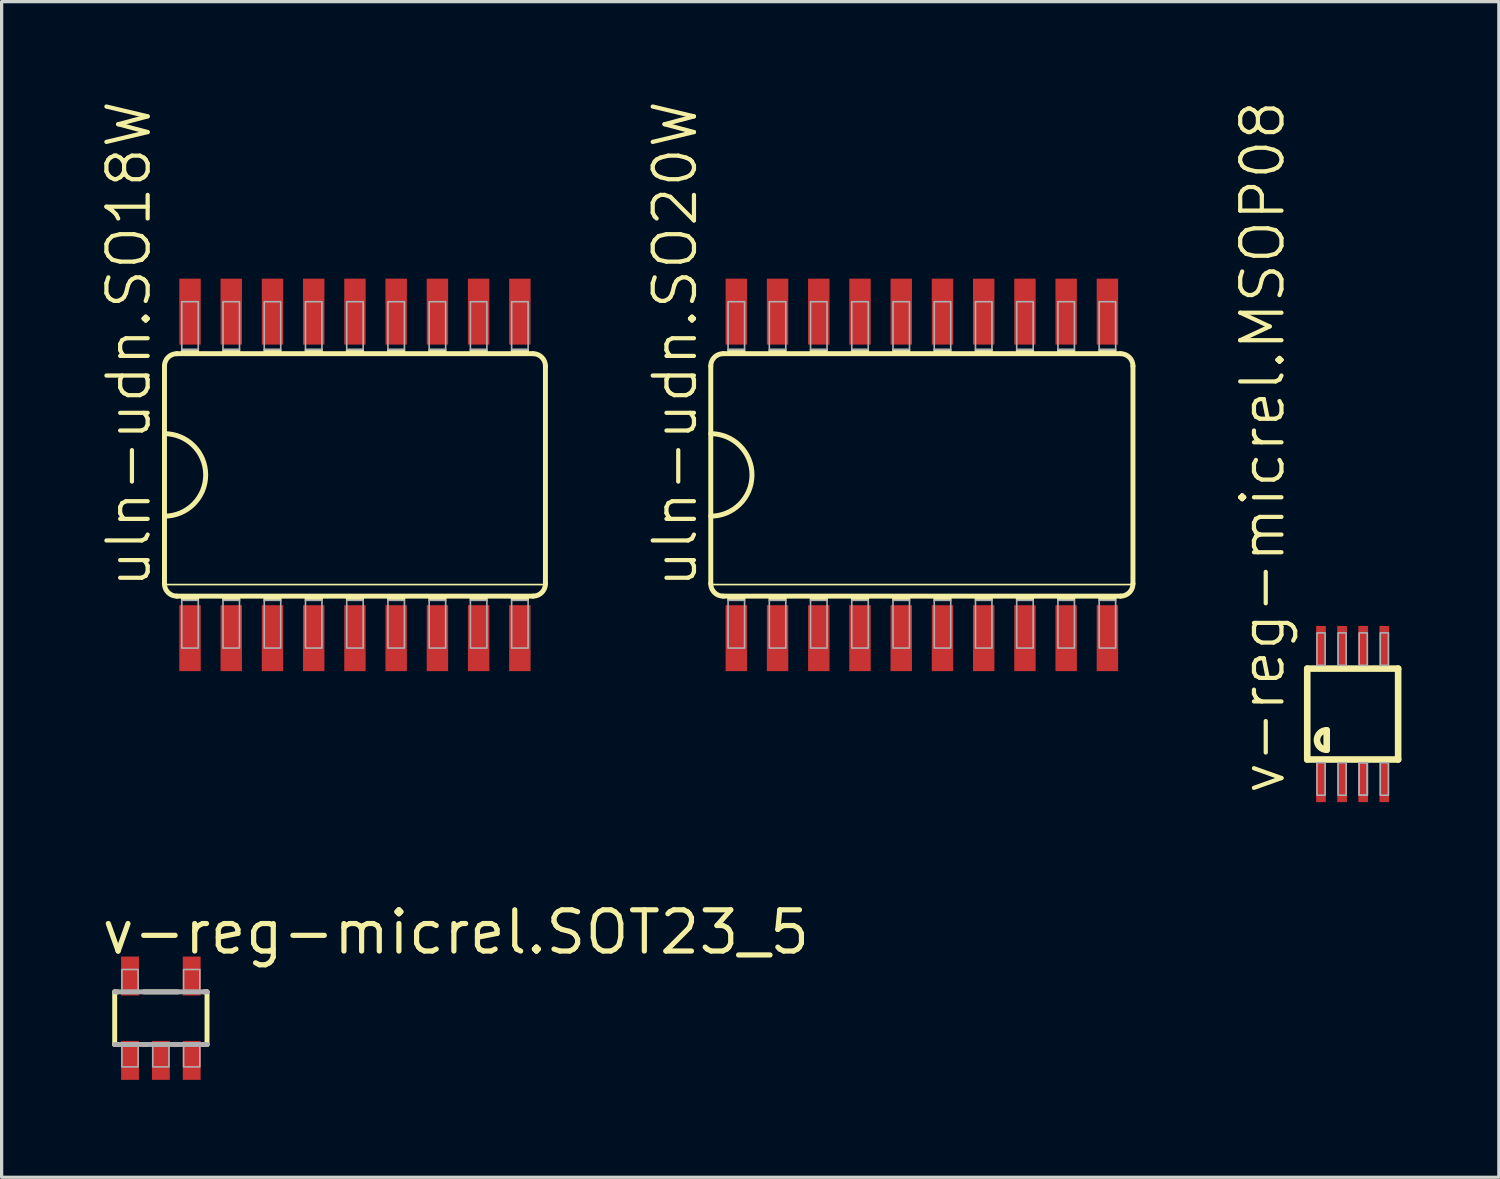
<source format=kicad_pcb>
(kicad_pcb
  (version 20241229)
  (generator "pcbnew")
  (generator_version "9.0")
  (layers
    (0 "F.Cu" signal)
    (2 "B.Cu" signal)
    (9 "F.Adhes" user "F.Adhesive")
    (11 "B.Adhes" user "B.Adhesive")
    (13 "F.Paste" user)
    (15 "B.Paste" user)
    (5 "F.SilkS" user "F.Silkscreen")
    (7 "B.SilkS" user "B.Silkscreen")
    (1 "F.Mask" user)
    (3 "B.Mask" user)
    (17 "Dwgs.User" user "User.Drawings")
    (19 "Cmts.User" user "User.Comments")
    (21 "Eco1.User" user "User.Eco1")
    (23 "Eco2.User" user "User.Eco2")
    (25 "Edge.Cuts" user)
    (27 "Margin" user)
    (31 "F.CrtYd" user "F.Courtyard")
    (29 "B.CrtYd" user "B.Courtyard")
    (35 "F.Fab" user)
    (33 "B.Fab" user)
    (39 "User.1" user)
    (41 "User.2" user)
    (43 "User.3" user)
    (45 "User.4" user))
  (footprint "uln-udn.SO20W"
    (layer "F.Cu")
    (at 25.345 11.578)
    (property "Reference" "uln-udn.SO20W" (at -6.858 3.556 90) (layer "F.SilkS") (effects (font (size 1.27 1.27) (thickness 0.13)) (justify left bottom)))
    (attr smd)
    (fp_line (start -6.502 -3.353) (end -6.502 3.353) (stroke (width 0.152) (type default)) (layer "F.SilkS"))
    (fp_line (start -6.477 3.378) (end 6.477 3.378) (stroke (width 0.051) (type default)) (layer "F.SilkS"))
    (fp_line (start -6.121 3.734) (end 6.121 3.734) (stroke (width 0.152) (type default)) (layer "F.SilkS"))
    (fp_line (start 6.121 -3.734) (end -6.121 -3.734) (stroke (width 0.152) (type default)) (layer "F.SilkS"))
    (fp_line (start 6.502 3.353) (end 6.502 -3.353) (stroke (width 0.152) (type default)) (layer "F.SilkS"))
    (fp_rect (start -5.969 -3.734) (end -5.461 -3.861) (stroke (width 0.05) (type default)) (fill yes) (layer "F.SilkS"))
    (fp_rect (start -5.969 3.861) (end -5.461 3.734) (stroke (width 0.05) (type default)) (fill yes) (layer "F.SilkS"))
    (fp_rect (start -4.699 -3.734) (end -4.191 -3.861) (stroke (width 0.05) (type default)) (fill yes) (layer "F.SilkS"))
    (fp_rect (start -4.699 3.861) (end -4.191 3.734) (stroke (width 0.05) (type default)) (fill yes) (layer "F.SilkS"))
    (fp_rect (start -3.429 -3.734) (end -2.921 -3.861) (stroke (width 0.05) (type default)) (fill yes) (layer "F.SilkS"))
    (fp_rect (start -3.429 3.861) (end -2.921 3.734) (stroke (width 0.05) (type default)) (fill yes) (layer "F.SilkS"))
    (fp_rect (start -2.159 -3.734) (end -1.651 -3.861) (stroke (width 0.05) (type default)) (fill yes) (layer "F.SilkS"))
    (fp_rect (start -2.159 3.861) (end -1.651 3.734) (stroke (width 0.05) (type default)) (fill yes) (layer "F.SilkS"))
    (fp_rect (start -0.889 -3.734) (end -0.381 -3.861) (stroke (width 0.05) (type default)) (fill yes) (layer "F.SilkS"))
    (fp_rect (start -0.889 3.861) (end -0.381 3.734) (stroke (width 0.05) (type default)) (fill yes) (layer "F.SilkS"))
    (fp_rect (start 0.381 -3.734) (end 0.889 -3.861) (stroke (width 0.05) (type default)) (fill yes) (layer "F.SilkS"))
    (fp_rect (start 0.381 3.861) (end 0.889 3.734) (stroke (width 0.05) (type default)) (fill yes) (layer "F.SilkS"))
    (fp_rect (start 1.651 -3.734) (end 2.159 -3.861) (stroke (width 0.05) (type default)) (fill yes) (layer "F.SilkS"))
    (fp_rect (start 1.651 3.861) (end 2.159 3.734) (stroke (width 0.05) (type default)) (fill yes) (layer "F.SilkS"))
    (fp_rect (start 2.921 -3.734) (end 3.429 -3.861) (stroke (width 0.05) (type default)) (fill yes) (layer "F.SilkS"))
    (fp_rect (start 2.921 3.861) (end 3.429 3.734) (stroke (width 0.05) (type default)) (fill yes) (layer "F.SilkS"))
    (fp_rect (start 4.191 -3.734) (end 4.699 -3.861) (stroke (width 0.05) (type default)) (fill yes) (layer "F.SilkS"))
    (fp_rect (start 4.191 3.861) (end 4.699 3.734) (stroke (width 0.05) (type default)) (fill yes) (layer "F.SilkS"))
    (fp_rect (start 5.461 -3.734) (end 5.969 -3.861) (stroke (width 0.05) (type default)) (fill yes) (layer "F.SilkS"))
    (fp_rect (start 5.461 3.861) (end 5.969 3.734) (stroke (width 0.05) (type default)) (fill yes) (layer "F.SilkS"))
    (fp_arc (start -6.5024 -3.3528) (mid -6.390808 -3.622208) (end -6.1214 -3.7338) (stroke (width 0.1524) (type default)) (layer "F.SilkS"))
    (fp_arc (start -6.5024 -1.27) (mid -5.2324 0) (end -6.5024 1.27) (stroke (width 0.1524) (type default)) (layer "F.SilkS"))
    (fp_arc (start -6.1214 3.7338) (mid -6.390808 3.622208) (end -6.5024 3.3528) (stroke (width 0.1524) (type default)) (layer "F.SilkS"))
    (fp_arc (start 6.1214 -3.7338) (mid 6.390808 -3.622208) (end 6.5024 -3.3528) (stroke (width 0.1524) (type default)) (layer "F.SilkS"))
    (fp_arc (start 6.5024 3.3528) (mid 6.390808 3.622208) (end 6.1214 3.7338) (stroke (width 0.1524) (type default)) (layer "F.SilkS"))
    (fp_rect (start -5.969 -3.861) (end -5.461 -5.334) (stroke (width 0.05) (type default)) (fill no) (layer "F.Fab"))
    (fp_rect (start -5.969 5.334) (end -5.461 3.861) (stroke (width 0.05) (type default)) (fill no) (layer "F.Fab"))
    (fp_rect (start -4.699 -3.861) (end -4.191 -5.334) (stroke (width 0.05) (type default)) (fill no) (layer "F.Fab"))
    (fp_rect (start -4.699 5.334) (end -4.191 3.861) (stroke (width 0.05) (type default)) (fill no) (layer "F.Fab"))
    (fp_rect (start -3.429 -3.861) (end -2.921 -5.334) (stroke (width 0.05) (type default)) (fill no) (layer "F.Fab"))
    (fp_rect (start -3.429 5.334) (end -2.921 3.861) (stroke (width 0.05) (type default)) (fill no) (layer "F.Fab"))
    (fp_rect (start -2.159 -3.861) (end -1.651 -5.334) (stroke (width 0.05) (type default)) (fill no) (layer "F.Fab"))
    (fp_rect (start -2.159 5.334) (end -1.651 3.861) (stroke (width 0.05) (type default)) (fill no) (layer "F.Fab"))
    (fp_rect (start -0.889 -3.861) (end -0.381 -5.334) (stroke (width 0.05) (type default)) (fill no) (layer "F.Fab"))
    (fp_rect (start -0.889 5.334) (end -0.381 3.861) (stroke (width 0.05) (type default)) (fill no) (layer "F.Fab"))
    (fp_rect (start 0.381 -3.861) (end 0.889 -5.334) (stroke (width 0.05) (type default)) (fill no) (layer "F.Fab"))
    (fp_rect (start 0.381 5.334) (end 0.889 3.861) (stroke (width 0.05) (type default)) (fill no) (layer "F.Fab"))
    (fp_rect (start 1.651 -3.861) (end 2.159 -5.334) (stroke (width 0.05) (type default)) (fill no) (layer "F.Fab"))
    (fp_rect (start 1.651 5.334) (end 2.159 3.861) (stroke (width 0.05) (type default)) (fill no) (layer "F.Fab"))
    (fp_rect (start 2.921 -3.861) (end 3.429 -5.334) (stroke (width 0.05) (type default)) (fill no) (layer "F.Fab"))
    (fp_rect (start 2.921 5.334) (end 3.429 3.861) (stroke (width 0.05) (type default)) (fill no) (layer "F.Fab"))
    (fp_rect (start 4.191 -3.861) (end 4.699 -5.334) (stroke (width 0.05) (type default)) (fill no) (layer "F.Fab"))
    (fp_rect (start 4.191 5.334) (end 4.699 3.861) (stroke (width 0.05) (type default)) (fill no) (layer "F.Fab"))
    (fp_rect (start 5.461 -3.861) (end 5.969 -5.334) (stroke (width 0.05) (type default)) (fill no) (layer "F.Fab"))
    (fp_rect (start 5.461 5.334) (end 5.969 3.861) (stroke (width 0.05) (type default)) (fill no) (layer "F.Fab"))
    (pad "1" smd roundrect (at -5.715 5.029) (size 0.66 2.032) (layers "F.Cu" "F.Mask" "F.Paste") (roundrect_rratio 0.01))
    (pad "2" smd roundrect (at -4.445 5.029) (size 0.66 2.032) (layers "F.Cu" "F.Mask" "F.Paste") (roundrect_rratio 0.01))
    (pad "3" smd roundrect (at -3.175 5.029) (size 0.66 2.032) (layers "F.Cu" "F.Mask" "F.Paste") (roundrect_rratio 0.01))
    (pad "4" smd roundrect (at -1.905 5.029) (size 0.66 2.032) (layers "F.Cu" "F.Mask" "F.Paste") (roundrect_rratio 0.01))
    (pad "5" smd roundrect (at -0.635 5.029) (size 0.66 2.032) (layers "F.Cu" "F.Mask" "F.Paste") (roundrect_rratio 0.01))
    (pad "6" smd roundrect (at 0.635 5.029) (size 0.66 2.032) (layers "F.Cu" "F.Mask" "F.Paste") (roundrect_rratio 0.01))
    (pad "7" smd roundrect (at 1.905 5.029) (size 0.66 2.032) (layers "F.Cu" "F.Mask" "F.Paste") (roundrect_rratio 0.01))
    (pad "8" smd roundrect (at 3.175 5.029) (size 0.66 2.032) (layers "F.Cu" "F.Mask" "F.Paste") (roundrect_rratio 0.01))
    (pad "9" smd roundrect (at 4.445 5.029) (size 0.66 2.032) (layers "F.Cu" "F.Mask" "F.Paste") (roundrect_rratio 0.01))
    (pad "10" smd roundrect (at 5.715 5.029) (size 0.66 2.032) (layers "F.Cu" "F.Mask" "F.Paste") (roundrect_rratio 0.01))
    (pad "11" smd roundrect (at 5.715 -5.029) (size 0.66 2.032) (layers "F.Cu" "F.Mask" "F.Paste") (roundrect_rratio 0.01))
    (pad "12" smd roundrect (at 4.445 -5.029) (size 0.66 2.032) (layers "F.Cu" "F.Mask" "F.Paste") (roundrect_rratio 0.01))
    (pad "13" smd roundrect (at 3.175 -5.029) (size 0.66 2.032) (layers "F.Cu" "F.Mask" "F.Paste") (roundrect_rratio 0.01))
    (pad "14" smd roundrect (at 1.905 -5.029) (size 0.66 2.032) (layers "F.Cu" "F.Mask" "F.Paste") (roundrect_rratio 0.01))
    (pad "15" smd roundrect (at 0.635 -5.029) (size 0.66 2.032) (layers "F.Cu" "F.Mask" "F.Paste") (roundrect_rratio 0.01))
    (pad "16" smd roundrect (at -0.635 -5.029) (size 0.66 2.032) (layers "F.Cu" "F.Mask" "F.Paste") (roundrect_rratio 0.01))
    (pad "17" smd roundrect (at -1.905 -5.029) (size 0.66 2.032) (layers "F.Cu" "F.Mask" "F.Paste") (roundrect_rratio 0.01))
    (pad "18" smd roundrect (at -3.175 -5.029) (size 0.66 2.032) (layers "F.Cu" "F.Mask" "F.Paste") (roundrect_rratio 0.01))
    (pad "19" smd roundrect (at -4.445 -5.029) (size 0.66 2.032) (layers "F.Cu" "F.Mask" "F.Paste") (roundrect_rratio 0.01))
    (pad "20" smd roundrect (at -5.715 -5.029) (size 0.66 2.032) (layers "F.Cu" "F.Mask" "F.Paste") (roundrect_rratio 0.01)))
  (footprint "v-reg-micrel.SOT23_5"
    (layer "F.Cu")
    (at 1.905 28.312)
    (property "Reference" "v-reg-micrel.SOT23_5" (at -1.905 -1.905 0) (layer "F.SilkS") (effects (font (size 1.27 1.27) (thickness 0.16)) (justify left bottom)))
    (attr smd)
    (fp_line (start -1.422 -0.81) (end -1.328 -0.81) (stroke (width 0.152) (type default)) (layer "F.SilkS"))
    (fp_line (start -1.422 0.81) (end -1.422 -0.81) (stroke (width 0.152) (type default)) (layer "F.SilkS"))
    (fp_line (start -1.328 0.81) (end -1.422 0.81) (stroke (width 0.152) (type default)) (layer "F.SilkS"))
    (fp_line (start -0.522 -0.81) (end 0.522 -0.81) (stroke (width 0.152) (type default)) (layer "F.SilkS"))
    (fp_line (start -0.428 0.81) (end -0.522 0.81) (stroke (width 0.152) (type default)) (layer "F.SilkS"))
    (fp_line (start 0.522 0.81) (end 0.428 0.81) (stroke (width 0.152) (type default)) (layer "F.SilkS"))
    (fp_line (start 1.328 -0.81) (end 1.422 -0.81) (stroke (width 0.152) (type default)) (layer "F.SilkS"))
    (fp_line (start 1.422 -0.81) (end 1.422 0.81) (stroke (width 0.152) (type default)) (layer "F.SilkS"))
    (fp_line (start 1.422 0.81) (end 1.328 0.81) (stroke (width 0.152) (type default)) (layer "F.SilkS"))
    (fp_line (start -1.422 -0.81) (end 1.422 -0.81) (stroke (width 0.152) (type default)) (layer "F.Fab"))
    (fp_line (start 1.422 0.81) (end -1.422 0.81) (stroke (width 0.152) (type default)) (layer "F.Fab"))
    (fp_rect (start -1.2 -0.85) (end -0.7 -1.5) (stroke (width 0.05) (type default)) (fill no) (layer "F.Fab"))
    (fp_rect (start -1.2 1.5) (end -0.7 0.85) (stroke (width 0.05) (type default)) (fill no) (layer "F.Fab"))
    (fp_rect (start -0.25 1.5) (end 0.25 0.85) (stroke (width 0.05) (type default)) (fill no) (layer "F.Fab"))
    (fp_rect (start 0.7 -0.85) (end 1.2 -1.5) (stroke (width 0.05) (type default)) (fill no) (layer "F.Fab"))
    (fp_rect (start 0.7 1.5) (end 1.2 0.85) (stroke (width 0.05) (type default)) (fill no) (layer "F.Fab"))
    (pad "1" smd roundrect (at -0.95 1.3) (size 0.55 1.2) (layers "F.Cu" "F.Mask" "F.Paste") (roundrect_rratio 0.01))
    (pad "2" smd roundrect (at 0 1.3) (size 0.55 1.2) (layers "F.Cu" "F.Mask" "F.Paste") (roundrect_rratio 0.01))
    (pad "3" smd roundrect (at 0.95 1.3) (size 0.55 1.2) (layers "F.Cu" "F.Mask" "F.Paste") (roundrect_rratio 0.01))
    (pad "4" smd roundrect (at 0.95 -1.3) (size 0.55 1.2) (layers "F.Cu" "F.Mask" "F.Paste") (roundrect_rratio 0.01))
    (pad "5" smd roundrect (at -0.95 -1.3) (size 0.55 1.2) (layers "F.Cu" "F.Mask" "F.Paste") (roundrect_rratio 0.01)))
  (footprint "uln-udn.SO18W"
    (layer "F.Cu")
    (at 7.883 11.578)
    (property "Reference" "uln-udn.SO18W" (at -6.223 3.556 90) (layer "F.SilkS") (effects (font (size 1.27 1.27) (thickness 0.13)) (justify left bottom)))
    (attr smd)
    (fp_line (start -5.867 -3.353) (end -5.867 3.353) (stroke (width 0.152) (type default)) (layer "F.SilkS"))
    (fp_line (start -5.842 3.378) (end 5.842 3.378) (stroke (width 0.051) (type default)) (layer "F.SilkS"))
    (fp_line (start -5.486 3.734) (end 5.486 3.734) (stroke (width 0.152) (type default)) (layer "F.SilkS"))
    (fp_line (start 5.486 -3.734) (end -5.486 -3.734) (stroke (width 0.152) (type default)) (layer "F.SilkS"))
    (fp_line (start 5.867 3.353) (end 5.867 -3.353) (stroke (width 0.152) (type default)) (layer "F.SilkS"))
    (fp_rect (start -5.334 -3.734) (end -4.826 -3.861) (stroke (width 0.05) (type default)) (fill yes) (layer "F.SilkS"))
    (fp_rect (start -5.334 3.861) (end -4.826 3.734) (stroke (width 0.05) (type default)) (fill yes) (layer "F.SilkS"))
    (fp_rect (start -4.064 -3.734) (end -3.556 -3.861) (stroke (width 0.05) (type default)) (fill yes) (layer "F.SilkS"))
    (fp_rect (start -4.064 3.861) (end -3.556 3.734) (stroke (width 0.05) (type default)) (fill yes) (layer "F.SilkS"))
    (fp_rect (start -2.794 -3.734) (end -2.286 -3.861) (stroke (width 0.05) (type default)) (fill yes) (layer "F.SilkS"))
    (fp_rect (start -2.794 3.861) (end -2.286 3.734) (stroke (width 0.05) (type default)) (fill yes) (layer "F.SilkS"))
    (fp_rect (start -1.524 -3.734) (end -1.016 -3.861) (stroke (width 0.05) (type default)) (fill yes) (layer "F.SilkS"))
    (fp_rect (start -1.524 3.861) (end -1.016 3.734) (stroke (width 0.05) (type default)) (fill yes) (layer "F.SilkS"))
    (fp_rect (start -0.254 -3.734) (end 0.254 -3.861) (stroke (width 0.05) (type default)) (fill yes) (layer "F.SilkS"))
    (fp_rect (start -0.254 3.861) (end 0.254 3.734) (stroke (width 0.05) (type default)) (fill yes) (layer "F.SilkS"))
    (fp_rect (start 1.016 -3.734) (end 1.524 -3.861) (stroke (width 0.05) (type default)) (fill yes) (layer "F.SilkS"))
    (fp_rect (start 1.016 3.861) (end 1.524 3.734) (stroke (width 0.05) (type default)) (fill yes) (layer "F.SilkS"))
    (fp_rect (start 2.286 -3.734) (end 2.794 -3.861) (stroke (width 0.05) (type default)) (fill yes) (layer "F.SilkS"))
    (fp_rect (start 2.286 3.861) (end 2.794 3.734) (stroke (width 0.05) (type default)) (fill yes) (layer "F.SilkS"))
    (fp_rect (start 3.556 -3.734) (end 4.064 -3.861) (stroke (width 0.05) (type default)) (fill yes) (layer "F.SilkS"))
    (fp_rect (start 3.556 3.861) (end 4.064 3.734) (stroke (width 0.05) (type default)) (fill yes) (layer "F.SilkS"))
    (fp_rect (start 4.826 -3.734) (end 5.334 -3.861) (stroke (width 0.05) (type default)) (fill yes) (layer "F.SilkS"))
    (fp_rect (start 4.826 3.861) (end 5.334 3.734) (stroke (width 0.05) (type default)) (fill yes) (layer "F.SilkS"))
    (fp_arc (start -5.8674 -3.3528) (mid -5.755808 -3.622208) (end -5.4864 -3.7338) (stroke (width 0.1524) (type default)) (layer "F.SilkS"))
    (fp_arc (start -5.8674 -1.27) (mid -4.5974 0) (end -5.8674 1.27) (stroke (width 0.1524) (type default)) (layer "F.SilkS"))
    (fp_arc (start -5.4864 3.7338) (mid -5.755808 3.622208) (end -5.8674 3.3528) (stroke (width 0.1524) (type default)) (layer "F.SilkS"))
    (fp_arc (start 5.4864 -3.7338) (mid 5.755808 -3.622208) (end 5.8674 -3.3528) (stroke (width 0.1524) (type default)) (layer "F.SilkS"))
    (fp_arc (start 5.8674 3.3528) (mid 5.755808 3.622208) (end 5.4864 3.7338) (stroke (width 0.1524) (type default)) (layer "F.SilkS"))
    (fp_rect (start -5.334 -3.861) (end -4.826 -5.334) (stroke (width 0.05) (type default)) (fill no) (layer "F.Fab"))
    (fp_rect (start -5.334 5.334) (end -4.826 3.861) (stroke (width 0.05) (type default)) (fill no) (layer "F.Fab"))
    (fp_rect (start -4.064 -3.861) (end -3.556 -5.334) (stroke (width 0.05) (type default)) (fill no) (layer "F.Fab"))
    (fp_rect (start -4.064 5.334) (end -3.556 3.861) (stroke (width 0.05) (type default)) (fill no) (layer "F.Fab"))
    (fp_rect (start -2.794 -3.861) (end -2.286 -5.334) (stroke (width 0.05) (type default)) (fill no) (layer "F.Fab"))
    (fp_rect (start -2.794 5.334) (end -2.286 3.861) (stroke (width 0.05) (type default)) (fill no) (layer "F.Fab"))
    (fp_rect (start -1.524 -3.861) (end -1.016 -5.334) (stroke (width 0.05) (type default)) (fill no) (layer "F.Fab"))
    (fp_rect (start -1.524 5.334) (end -1.016 3.861) (stroke (width 0.05) (type default)) (fill no) (layer "F.Fab"))
    (fp_rect (start -0.254 -3.861) (end 0.254 -5.334) (stroke (width 0.05) (type default)) (fill no) (layer "F.Fab"))
    (fp_rect (start -0.254 5.334) (end 0.254 3.861) (stroke (width 0.05) (type default)) (fill no) (layer "F.Fab"))
    (fp_rect (start 1.016 -3.861) (end 1.524 -5.334) (stroke (width 0.05) (type default)) (fill no) (layer "F.Fab"))
    (fp_rect (start 1.016 5.334) (end 1.524 3.861) (stroke (width 0.05) (type default)) (fill no) (layer "F.Fab"))
    (fp_rect (start 2.286 -3.861) (end 2.794 -5.334) (stroke (width 0.05) (type default)) (fill no) (layer "F.Fab"))
    (fp_rect (start 2.286 5.334) (end 2.794 3.861) (stroke (width 0.05) (type default)) (fill no) (layer "F.Fab"))
    (fp_rect (start 3.556 -3.861) (end 4.064 -5.334) (stroke (width 0.05) (type default)) (fill no) (layer "F.Fab"))
    (fp_rect (start 3.556 5.334) (end 4.064 3.861) (stroke (width 0.05) (type default)) (fill no) (layer "F.Fab"))
    (fp_rect (start 4.826 -3.861) (end 5.334 -5.334) (stroke (width 0.05) (type default)) (fill no) (layer "F.Fab"))
    (fp_rect (start 4.826 5.334) (end 5.334 3.861) (stroke (width 0.05) (type default)) (fill no) (layer "F.Fab"))
    (pad "1" smd roundrect (at -5.08 5.029) (size 0.66 2.032) (layers "F.Cu" "F.Mask" "F.Paste") (roundrect_rratio 0.01))
    (pad "2" smd roundrect (at -3.81 5.029) (size 0.66 2.032) (layers "F.Cu" "F.Mask" "F.Paste") (roundrect_rratio 0.01))
    (pad "3" smd roundrect (at -2.54 5.029) (size 0.66 2.032) (layers "F.Cu" "F.Mask" "F.Paste") (roundrect_rratio 0.01))
    (pad "4" smd roundrect (at -1.27 5.029) (size 0.66 2.032) (layers "F.Cu" "F.Mask" "F.Paste") (roundrect_rratio 0.01))
    (pad "5" smd roundrect (at 0 5.029) (size 0.66 2.032) (layers "F.Cu" "F.Mask" "F.Paste") (roundrect_rratio 0.01))
    (pad "6" smd roundrect (at 1.27 5.029) (size 0.66 2.032) (layers "F.Cu" "F.Mask" "F.Paste") (roundrect_rratio 0.01))
    (pad "7" smd roundrect (at 2.54 5.029) (size 0.66 2.032) (layers "F.Cu" "F.Mask" "F.Paste") (roundrect_rratio 0.01))
    (pad "8" smd roundrect (at 3.81 5.029) (size 0.66 2.032) (layers "F.Cu" "F.Mask" "F.Paste") (roundrect_rratio 0.01))
    (pad "9" smd roundrect (at 5.08 5.029) (size 0.66 2.032) (layers "F.Cu" "F.Mask" "F.Paste") (roundrect_rratio 0.01))
    (pad "10" smd roundrect (at 5.08 -5.029) (size 0.66 2.032) (layers "F.Cu" "F.Mask" "F.Paste") (roundrect_rratio 0.01))
    (pad "11" smd roundrect (at 3.81 -5.029) (size 0.66 2.032) (layers "F.Cu" "F.Mask" "F.Paste") (roundrect_rratio 0.01))
    (pad "12" smd roundrect (at 2.54 -5.029) (size 0.66 2.032) (layers "F.Cu" "F.Mask" "F.Paste") (roundrect_rratio 0.01))
    (pad "13" smd roundrect (at 1.27 -5.029) (size 0.66 2.032) (layers "F.Cu" "F.Mask" "F.Paste") (roundrect_rratio 0.01))
    (pad "14" smd roundrect (at 0 -5.029) (size 0.66 2.032) (layers "F.Cu" "F.Mask" "F.Paste") (roundrect_rratio 0.01))
    (pad "15" smd roundrect (at -1.27 -5.029) (size 0.66 2.032) (layers "F.Cu" "F.Mask" "F.Paste") (roundrect_rratio 0.01))
    (pad "16" smd roundrect (at -2.54 -5.029) (size 0.66 2.032) (layers "F.Cu" "F.Mask" "F.Paste") (roundrect_rratio 0.01))
    (pad "17" smd roundrect (at -3.81 -5.029) (size 0.66 2.032) (layers "F.Cu" "F.Mask" "F.Paste") (roundrect_rratio 0.01))
    (pad "18" smd roundrect (at -5.08 -5.029) (size 0.66 2.032) (layers "F.Cu" "F.Mask" "F.Paste") (roundrect_rratio 0.01)))
  (footprint "v-reg-micrel.MSOP08"
    (layer "F.Cu")
    (at 38.615 18.944)
    (property "Reference" "v-reg-micrel.MSOP08" (at -2.032 2.54 90) (layer "F.SilkS") (effects (font (size 1.27 1.27) (thickness 0.13)) (justify left bottom)))
    (attr smd)
    (fp_line (start -1.4 -1.4) (end 1.4 -1.4) (stroke (width 0.203) (type default)) (layer "F.SilkS"))
    (fp_line (start -1.4 1.4) (end -1.4 -1.4) (stroke (width 0.203) (type default)) (layer "F.SilkS"))
    (fp_line (start -0.8 0.5) (end -0.8 1.1) (stroke (width 0.203) (type default)) (layer "F.SilkS"))
    (fp_line (start 1.4 -1.4) (end 1.4 1.4) (stroke (width 0.203) (type default)) (layer "F.SilkS"))
    (fp_line (start 1.4 1.4) (end -1.4 1.4) (stroke (width 0.203) (type default)) (layer "F.SilkS"))
    (fp_arc (start -0.8 1.1) (mid -1.1 0.8) (end -0.8 0.5) (stroke (width 0.2032) (type default)) (layer "F.SilkS"))
    (fp_rect (start -1.1 -1.5) (end -0.85 -2.5) (stroke (width 0.05) (type default)) (fill no) (layer "F.Fab"))
    (fp_rect (start -1.1 2.5) (end -0.85 1.5) (stroke (width 0.05) (type default)) (fill no) (layer "F.Fab"))
    (fp_rect (start -0.45 -1.5) (end -0.2 -2.5) (stroke (width 0.05) (type default)) (fill no) (layer "F.Fab"))
    (fp_rect (start -0.45 2.5) (end -0.2 1.5) (stroke (width 0.05) (type default)) (fill no) (layer "F.Fab"))
    (fp_rect (start 0.2 -1.5) (end 0.45 -2.5) (stroke (width 0.05) (type default)) (fill no) (layer "F.Fab"))
    (fp_rect (start 0.2 2.5) (end 0.45 1.5) (stroke (width 0.05) (type default)) (fill no) (layer "F.Fab"))
    (fp_rect (start 0.2 2.5) (end 0.45 1.5) (stroke (width 0.05) (type default)) (fill no) (layer "F.Fab"))
    (fp_rect (start 0.85 -1.5) (end 1.1 -2.5) (stroke (width 0.05) (type default)) (fill no) (layer "F.Fab"))
    (fp_rect (start 0.85 2.5) (end 1.1 1.5) (stroke (width 0.05) (type default)) (fill no) (layer "F.Fab"))
    (pad "1" smd roundrect (at -0.976 2.113) (size 0.3 1.2) (layers "F.Cu" "F.Mask" "F.Paste") (roundrect_rratio 0.01))
    (pad "2" smd roundrect (at -0.326 2.113) (size 0.3 1.2) (layers "F.Cu" "F.Mask" "F.Paste") (roundrect_rratio 0.01))
    (pad "3" smd roundrect (at 0.324 2.113) (size 0.3 1.2) (layers "F.Cu" "F.Mask" "F.Paste") (roundrect_rratio 0.01))
    (pad "4" smd roundrect (at 0.974 2.113) (size 0.3 1.2) (layers "F.Cu" "F.Mask" "F.Paste") (roundrect_rratio 0.01))
    (pad "5" smd roundrect (at 0.974 -2.112) (size 0.3 1.2) (layers "F.Cu" "F.Mask" "F.Paste") (roundrect_rratio 0.01))
    (pad "6" smd roundrect (at 0.324 -2.112) (size 0.3 1.2) (layers "F.Cu" "F.Mask" "F.Paste") (roundrect_rratio 0.01))
    (pad "7" smd roundrect (at -0.326 -2.112) (size 0.3 1.2) (layers "F.Cu" "F.Mask" "F.Paste") (roundrect_rratio 0.01))
    (pad "8" smd roundrect (at -0.976 -2.112) (size 0.3 1.2) (layers "F.Cu" "F.Mask" "F.Paste") (roundrect_rratio 0.01)))
  (gr_rect
    (start -3 -3)
    (end 43.117 33.212)
    (stroke (width 0.1) (type default))
    (fill no)
    (layer "Edge.Cuts")))
</source>
